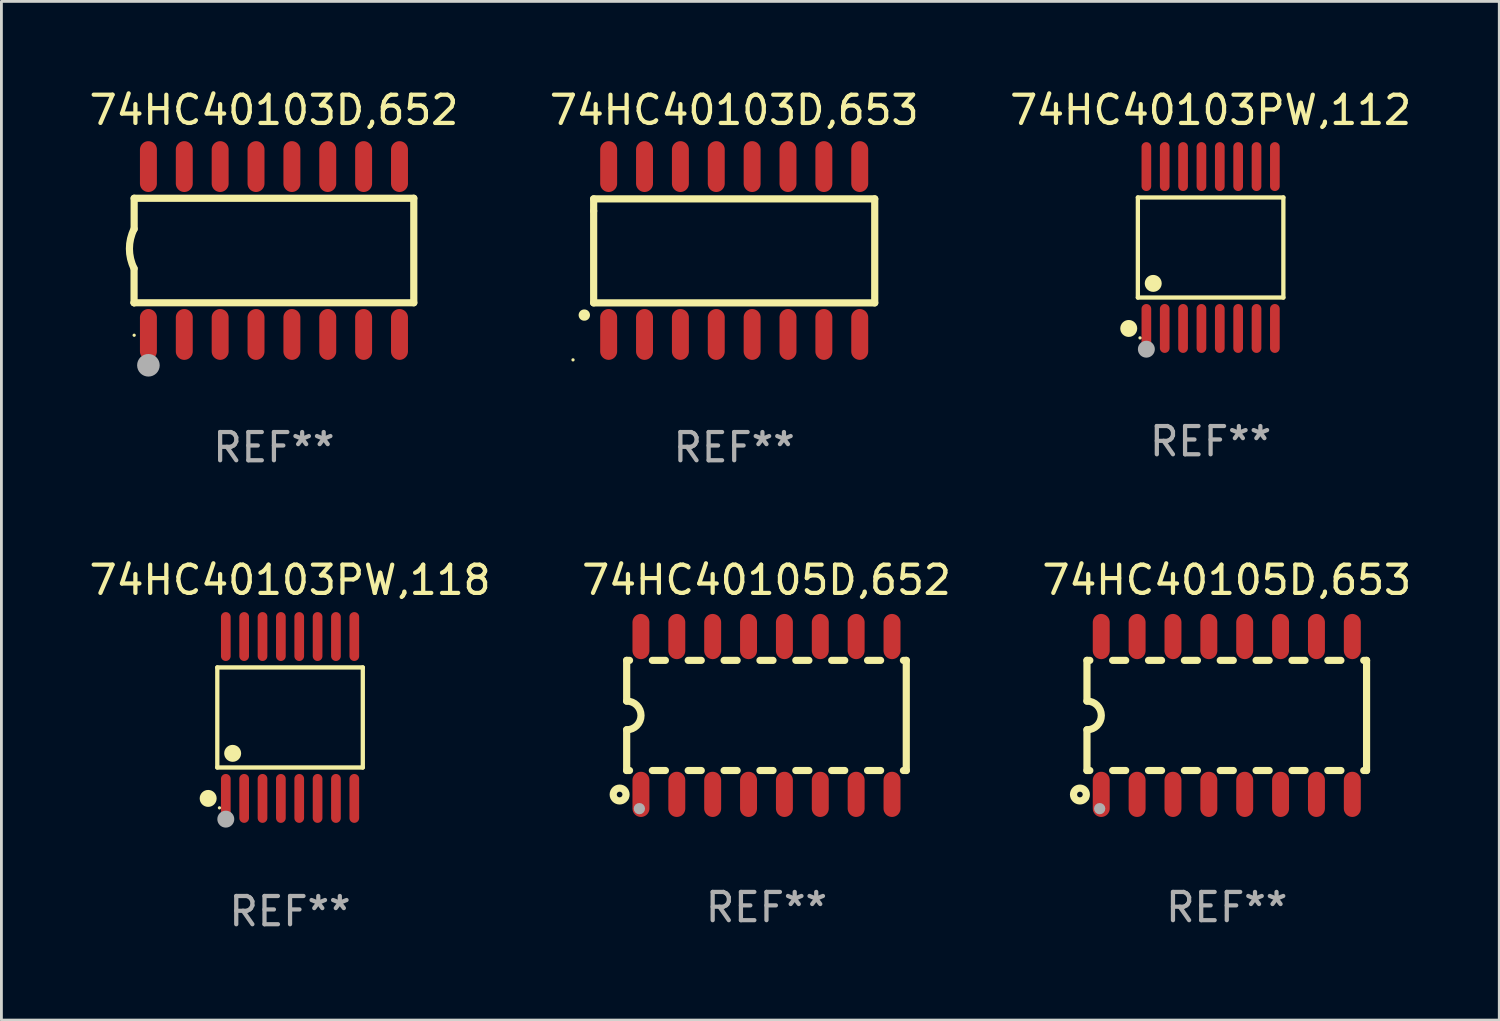
<source format=kicad_pcb>
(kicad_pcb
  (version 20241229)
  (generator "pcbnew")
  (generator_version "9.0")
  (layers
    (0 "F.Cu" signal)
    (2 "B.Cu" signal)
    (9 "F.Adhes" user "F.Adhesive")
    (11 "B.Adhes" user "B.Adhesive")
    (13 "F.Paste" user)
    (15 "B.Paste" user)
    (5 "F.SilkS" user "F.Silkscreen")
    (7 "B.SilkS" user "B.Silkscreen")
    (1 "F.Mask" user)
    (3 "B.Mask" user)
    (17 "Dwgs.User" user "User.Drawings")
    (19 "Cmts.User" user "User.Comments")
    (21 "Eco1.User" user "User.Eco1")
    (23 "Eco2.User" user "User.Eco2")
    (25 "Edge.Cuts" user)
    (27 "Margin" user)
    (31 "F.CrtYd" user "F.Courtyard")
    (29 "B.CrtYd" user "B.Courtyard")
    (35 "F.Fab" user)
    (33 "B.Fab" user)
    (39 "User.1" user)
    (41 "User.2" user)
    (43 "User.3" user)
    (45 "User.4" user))
  (footprint "74HC40103PW,112"
    (layer "F.Cu")
    (at 39.815 5.714)
    (property "Reference" "74HC40103PW,112" (at 0 -4.866 0) (layer "F.SilkS") (effects (font (size 1 1) (thickness 0.15))))
    (attr through_hole)
    (fp_line (start -2.576 -1.772) (end 2.576 -1.772) (stroke (width 0.152) (type solid)) (layer "F.SilkS"))
    (fp_line (start -2.576 1.771) (end -2.576 -1.772) (stroke (width 0.152) (type solid)) (layer "F.SilkS"))
    (fp_line (start 2.576 -1.772) (end 2.576 1.771) (stroke (width 0.152) (type solid)) (layer "F.SilkS"))
    (fp_line (start 2.576 1.771) (end -2.576 1.771) (stroke (width 0.152) (type solid)) (layer "F.SilkS"))
    (fp_circle (center -2.899 2.866) (end -2.749 2.866) (stroke (width 0.3) (type solid)) (fill no) (layer "F.SilkS"))
    (fp_circle (center -2.5 3.2) (end -2.47 3.2) (stroke (width 0.06) (type solid)) (fill no) (layer "F.SilkS"))
    (fp_circle (center -2.032 1.27) (end -1.882 1.27) (stroke (width 0.3) (type solid)) (fill no) (layer "F.SilkS"))
    (fp_circle (center -2.275 3.6) (end -2.125 3.6) (stroke (width 0.3) (type solid)) (fill no) (layer "F.Fab"))
    (fp_text user "REF**" (at 0 6.866 0) (layer "F.Fab") (effects (font (size 1 1) (thickness 0.15))))
    (pad "1" smd oval (at -2.275 2.866) (size 0.343 1.731) (layers "F.Cu" "F.Mask" "F.Paste"))
    (pad "2" smd oval (at -1.625 2.866) (size 0.343 1.731) (layers "F.Cu" "F.Mask" "F.Paste"))
    (pad "3" smd oval (at -0.975 2.866) (size 0.343 1.731) (layers "F.Cu" "F.Mask" "F.Paste"))
    (pad "4" smd oval (at -0.325 2.866) (size 0.343 1.731) (layers "F.Cu" "F.Mask" "F.Paste"))
    (pad "5" smd oval (at 0.325 2.866) (size 0.343 1.731) (layers "F.Cu" "F.Mask" "F.Paste"))
    (pad "6" smd oval (at 0.975 2.866) (size 0.343 1.731) (layers "F.Cu" "F.Mask" "F.Paste"))
    (pad "7" smd oval (at 1.625 2.866) (size 0.343 1.731) (layers "F.Cu" "F.Mask" "F.Paste"))
    (pad "8" smd oval (at 2.275 2.866) (size 0.343 1.731) (layers "F.Cu" "F.Mask" "F.Paste"))
    (pad "9" smd oval (at 2.275 -2.866) (size 0.343 1.731) (layers "F.Cu" "F.Mask" "F.Paste"))
    (pad "10" smd oval (at 1.625 -2.866) (size 0.343 1.731) (layers "F.Cu" "F.Mask" "F.Paste"))
    (pad "11" smd oval (at 0.975 -2.866) (size 0.343 1.731) (layers "F.Cu" "F.Mask" "F.Paste"))
    (pad "12" smd oval (at 0.325 -2.866) (size 0.343 1.731) (layers "F.Cu" "F.Mask" "F.Paste"))
    (pad "13" smd oval (at -0.325 -2.866) (size 0.343 1.731) (layers "F.Cu" "F.Mask" "F.Paste"))
    (pad "14" smd oval (at -0.975 -2.866) (size 0.343 1.731) (layers "F.Cu" "F.Mask" "F.Paste"))
    (pad "15" smd oval (at -1.625 -2.866) (size 0.343 1.731) (layers "F.Cu" "F.Mask" "F.Paste"))
    (pad "16" smd oval (at -2.275 -2.866) (size 0.343 1.731) (layers "F.Cu" "F.Mask" "F.Paste")))
  (footprint "74HC40103D,652"
    (layer "F.Cu")
    (at 6.649 5.82)
    (property "Reference" "74HC40103D,652" (at 0 -4.972 0) (layer "F.SilkS") (effects (font (size 1 1) (thickness 0.15))))
    (attr through_hole)
    (fp_line (start -4.952 0.635) (end -4.952 1.85) (stroke (width 0.254) (type solid)) (layer "F.SilkS"))
    (fp_line (start -4.952 1.85) (end -4.949 1.85) (stroke (width 0.254) (type solid)) (layer "F.SilkS"))
    (fp_line (start -4.949 -1.85) (end -4.949 -0.762) (stroke (width 0.254) (type solid)) (layer "F.SilkS"))
    (fp_line (start -4.949 1.85) (end 4.952 1.85) (stroke (width 0.254) (type solid)) (layer "F.SilkS"))
    (fp_line (start 4.952 -1.85) (end -4.949 -1.85) (stroke (width 0.254) (type solid)) (layer "F.SilkS"))
    (fp_line (start 4.952 1.85) (end 4.952 -1.85) (stroke (width 0.254) (type solid)) (layer "F.SilkS"))
    (fp_arc (start -4.951524 0.635001) (mid -5.116418 -0.0635) (end -4.951524 -0.762002) (stroke (width 0.254001) (type solid)) (layer "F.SilkS"))
    (fp_circle (center -4.949 3) (end -4.919 3) (stroke (width 0.06) (type solid)) (fill no) (layer "F.SilkS"))
    (fp_circle (center -4.444 4.064) (end -4.244 4.064) (stroke (width 0.4) (type solid)) (fill no) (layer "F.Fab"))
    (fp_text user "REF**" (at 0 6.972 0) (layer "F.Fab") (effects (font (size 1 1) (thickness 0.15))))
    (pad "1" smd oval (at -4.444 2.972 180) (size 0.6 1.8) (layers "F.Cu" "F.Mask" "F.Paste"))
    (pad "2" smd oval (at -3.174 2.972 180) (size 0.6 1.8) (layers "F.Cu" "F.Mask" "F.Paste"))
    (pad "3" smd oval (at -1.904 2.972 180) (size 0.6 1.8) (layers "F.Cu" "F.Mask" "F.Paste"))
    (pad "4" smd oval (at -0.634 2.972 180) (size 0.6 1.8) (layers "F.Cu" "F.Mask" "F.Paste"))
    (pad "5" smd oval (at 0.636 2.972 180) (size 0.6 1.8) (layers "F.Cu" "F.Mask" "F.Paste"))
    (pad "6" smd oval (at 1.906 2.972 180) (size 0.6 1.8) (layers "F.Cu" "F.Mask" "F.Paste"))
    (pad "7" smd oval (at 3.176 2.972 180) (size 0.6 1.8) (layers "F.Cu" "F.Mask" "F.Paste"))
    (pad "8" smd oval (at 4.446 2.972 180) (size 0.6 1.8) (layers "F.Cu" "F.Mask" "F.Paste"))
    (pad "9" smd oval (at 4.446 -2.972 180) (size 0.6 1.8) (layers "F.Cu" "F.Mask" "F.Paste"))
    (pad "10" smd oval (at 3.176 -2.972 180) (size 0.6 1.8) (layers "F.Cu" "F.Mask" "F.Paste"))
    (pad "11" smd oval (at 1.906 -2.972 180) (size 0.6 1.8) (layers "F.Cu" "F.Mask" "F.Paste"))
    (pad "12" smd oval (at 0.636 -2.972 180) (size 0.6 1.8) (layers "F.Cu" "F.Mask" "F.Paste"))
    (pad "13" smd oval (at -0.634 -2.972 180) (size 0.6 1.8) (layers "F.Cu" "F.Mask" "F.Paste"))
    (pad "14" smd oval (at -1.904 -2.972 180) (size 0.6 1.8) (layers "F.Cu" "F.Mask" "F.Paste"))
    (pad "15" smd oval (at -3.174 -2.972 180) (size 0.6 1.8) (layers "F.Cu" "F.Mask" "F.Paste"))
    (pad "16" smd oval (at -4.444 -2.972 180) (size 0.6 1.8) (layers "F.Cu" "F.Mask" "F.Paste")))
  (footprint "74HC40105D,652"
    (layer "F.Cu")
    (at 24.089 22.282)
    (property "Reference" "74HC40105D,652" (at 0 -4.794 0) (layer "F.SilkS") (effects (font (size 1 1) (thickness 0.15))))
    (attr through_hole)
    (fp_line (start -4.95 -1.95) (end -4.95 -0.508) (stroke (width 0.254) (type solid)) (layer "F.SilkS"))
    (fp_line (start -4.95 -1.95) (end -4.849 -1.95) (stroke (width 0.254) (type solid)) (layer "F.SilkS"))
    (fp_line (start -4.95 1.95) (end -4.95 0.508) (stroke (width 0.254) (type solid)) (layer "F.SilkS"))
    (fp_line (start -4.95 1.95) (end -4.849 1.95) (stroke (width 0.254) (type solid)) (layer "F.SilkS"))
    (fp_line (start -4.041 -1.95) (end -3.579 -1.95) (stroke (width 0.254) (type solid)) (layer "F.SilkS"))
    (fp_line (start -4.041 1.95) (end -3.579 1.95) (stroke (width 0.254) (type solid)) (layer "F.SilkS"))
    (fp_line (start -2.771 -1.95) (end -2.309 -1.95) (stroke (width 0.254) (type solid)) (layer "F.SilkS"))
    (fp_line (start -2.771 1.95) (end -2.309 1.95) (stroke (width 0.254) (type solid)) (layer "F.SilkS"))
    (fp_line (start -1.501 -1.95) (end -1.039 -1.95) (stroke (width 0.254) (type solid)) (layer "F.SilkS"))
    (fp_line (start -1.501 1.95) (end -1.039 1.95) (stroke (width 0.254) (type solid)) (layer "F.SilkS"))
    (fp_line (start -0.231 -1.95) (end 0.231 -1.95) (stroke (width 0.254) (type solid)) (layer "F.SilkS"))
    (fp_line (start -0.231 1.95) (end 0.231 1.95) (stroke (width 0.254) (type solid)) (layer "F.SilkS"))
    (fp_line (start 1.039 -1.95) (end 1.501 -1.95) (stroke (width 0.254) (type solid)) (layer "F.SilkS"))
    (fp_line (start 1.039 1.95) (end 1.501 1.95) (stroke (width 0.254) (type solid)) (layer "F.SilkS"))
    (fp_line (start 2.309 -1.95) (end 2.771 -1.95) (stroke (width 0.254) (type solid)) (layer "F.SilkS"))
    (fp_line (start 2.309 1.95) (end 2.771 1.95) (stroke (width 0.254) (type solid)) (layer "F.SilkS"))
    (fp_line (start 3.579 -1.95) (end 4.041 -1.95) (stroke (width 0.254) (type solid)) (layer "F.SilkS"))
    (fp_line (start 3.579 1.95) (end 4.041 1.95) (stroke (width 0.254) (type solid)) (layer "F.SilkS"))
    (fp_line (start 4.849 -1.95) (end 4.95 -1.95) (stroke (width 0.254) (type solid)) (layer "F.SilkS"))
    (fp_line (start 4.849 1.95) (end 4.95 1.95) (stroke (width 0.254) (type solid)) (layer "F.SilkS"))
    (fp_line (start 4.95 -1.95) (end 4.95 1.95) (stroke (width 0.254) (type solid)) (layer "F.SilkS"))
    (fp_arc (start -4.95047 -0.508001) (mid -4.442469 -0.000228) (end -4.950013 0.508001) (stroke (width 0.254001) (type solid)) (layer "F.SilkS"))
    (fp_circle (center -5.2 2.8) (end -5.1 2.8) (stroke (width 0.254) (type solid)) (fill no) (layer "F.SilkS"))
    (fp_circle (center -4.95 2.947) (end -4.92 2.947) (stroke (width 0.06) (type solid)) (fill no) (layer "F.SilkS"))
    (fp_circle (center -4.5 3.3) (end -4.4 3.3) (stroke (width 0.2) (type solid)) (fill no) (layer "F.Fab"))
    (fp_text user "REF**" (at 0 6.794 0) (layer "F.Fab") (effects (font (size 1 1) (thickness 0.15))))
    (pad "1" smd oval (at -4.445 2.794) (size 0.6 1.6) (layers "F.Cu" "F.Mask" "F.Paste"))
    (pad "2" smd oval (at -3.175 2.794) (size 0.6 1.6) (layers "F.Cu" "F.Mask" "F.Paste"))
    (pad "3" smd oval (at -1.905 2.794) (size 0.6 1.6) (layers "F.Cu" "F.Mask" "F.Paste"))
    (pad "4" smd oval (at -0.635 2.794) (size 0.6 1.6) (layers "F.Cu" "F.Mask" "F.Paste"))
    (pad "5" smd oval (at 0.635 2.794) (size 0.6 1.6) (layers "F.Cu" "F.Mask" "F.Paste"))
    (pad "6" smd oval (at 1.905 2.794) (size 0.6 1.6) (layers "F.Cu" "F.Mask" "F.Paste"))
    (pad "7" smd oval (at 3.175 2.794) (size 0.6 1.6) (layers "F.Cu" "F.Mask" "F.Paste"))
    (pad "8" smd oval (at 4.445 2.794) (size 0.6 1.6) (layers "F.Cu" "F.Mask" "F.Paste"))
    (pad "9" smd oval (at 4.445 -2.794) (size 0.6 1.6) (layers "F.Cu" "F.Mask" "F.Paste"))
    (pad "10" smd oval (at 3.175 -2.794) (size 0.6 1.6) (layers "F.Cu" "F.Mask" "F.Paste"))
    (pad "11" smd oval (at 1.905 -2.794) (size 0.6 1.6) (layers "F.Cu" "F.Mask" "F.Paste"))
    (pad "12" smd oval (at 0.635 -2.794) (size 0.6 1.6) (layers "F.Cu" "F.Mask" "F.Paste"))
    (pad "13" smd oval (at -0.635 -2.794) (size 0.6 1.6) (layers "F.Cu" "F.Mask" "F.Paste"))
    (pad "14" smd oval (at -1.905 -2.794) (size 0.6 1.6) (layers "F.Cu" "F.Mask" "F.Paste"))
    (pad "15" smd oval (at -3.175 -2.794) (size 0.6 1.6) (layers "F.Cu" "F.Mask" "F.Paste"))
    (pad "16" smd oval (at -4.445 -2.794) (size 0.6 1.6) (layers "F.Cu" "F.Mask" "F.Paste")))
  (footprint "74HC40103PW,118"
    (layer "F.Cu")
    (at 7.22 22.354)
    (property "Reference" "74HC40103PW,118" (at 0 -4.866 0) (layer "F.SilkS") (effects (font (size 1 1) (thickness 0.15))))
    (attr through_hole)
    (fp_line (start -2.576 -1.772) (end 2.576 -1.772) (stroke (width 0.152) (type solid)) (layer "F.SilkS"))
    (fp_line (start -2.576 1.771) (end -2.576 -1.772) (stroke (width 0.152) (type solid)) (layer "F.SilkS"))
    (fp_line (start 2.576 -1.772) (end 2.576 1.771) (stroke (width 0.152) (type solid)) (layer "F.SilkS"))
    (fp_line (start 2.576 1.771) (end -2.576 1.771) (stroke (width 0.152) (type solid)) (layer "F.SilkS"))
    (fp_circle (center -2.899 2.866) (end -2.749 2.866) (stroke (width 0.3) (type solid)) (fill no) (layer "F.SilkS"))
    (fp_circle (center -2.5 3.2) (end -2.47 3.2) (stroke (width 0.06) (type solid)) (fill no) (layer "F.SilkS"))
    (fp_circle (center -2.032 1.27) (end -1.882 1.27) (stroke (width 0.3) (type solid)) (fill no) (layer "F.SilkS"))
    (fp_circle (center -2.275 3.6) (end -2.125 3.6) (stroke (width 0.3) (type solid)) (fill no) (layer "F.Fab"))
    (fp_text user "REF**" (at 0 6.866 0) (layer "F.Fab") (effects (font (size 1 1) (thickness 0.15))))
    (pad "1" smd oval (at -2.275 2.866) (size 0.343 1.731) (layers "F.Cu" "F.Mask" "F.Paste"))
    (pad "2" smd oval (at -1.625 2.866) (size 0.343 1.731) (layers "F.Cu" "F.Mask" "F.Paste"))
    (pad "3" smd oval (at -0.975 2.866) (size 0.343 1.731) (layers "F.Cu" "F.Mask" "F.Paste"))
    (pad "4" smd oval (at -0.325 2.866) (size 0.343 1.731) (layers "F.Cu" "F.Mask" "F.Paste"))
    (pad "5" smd oval (at 0.325 2.866) (size 0.343 1.731) (layers "F.Cu" "F.Mask" "F.Paste"))
    (pad "6" smd oval (at 0.975 2.866) (size 0.343 1.731) (layers "F.Cu" "F.Mask" "F.Paste"))
    (pad "7" smd oval (at 1.625 2.866) (size 0.343 1.731) (layers "F.Cu" "F.Mask" "F.Paste"))
    (pad "8" smd oval (at 2.275 2.866) (size 0.343 1.731) (layers "F.Cu" "F.Mask" "F.Paste"))
    (pad "9" smd oval (at 2.275 -2.866) (size 0.343 1.731) (layers "F.Cu" "F.Mask" "F.Paste"))
    (pad "10" smd oval (at 1.625 -2.866) (size 0.343 1.731) (layers "F.Cu" "F.Mask" "F.Paste"))
    (pad "11" smd oval (at 0.975 -2.866) (size 0.343 1.731) (layers "F.Cu" "F.Mask" "F.Paste"))
    (pad "12" smd oval (at 0.325 -2.866) (size 0.343 1.731) (layers "F.Cu" "F.Mask" "F.Paste"))
    (pad "13" smd oval (at -0.325 -2.866) (size 0.343 1.731) (layers "F.Cu" "F.Mask" "F.Paste"))
    (pad "14" smd oval (at -0.975 -2.866) (size 0.343 1.731) (layers "F.Cu" "F.Mask" "F.Paste"))
    (pad "15" smd oval (at -1.625 -2.866) (size 0.343 1.731) (layers "F.Cu" "F.Mask" "F.Paste"))
    (pad "16" smd oval (at -2.275 -2.866) (size 0.343 1.731) (layers "F.Cu" "F.Mask" "F.Paste")))
  (footprint "74HC40103D,653"
    (layer "F.Cu")
    (at 22.946 5.82)
    (property "Reference" "74HC40103D,653" (at 0 -4.972 0) (layer "F.SilkS") (effects (font (size 1 1) (thickness 0.15))))
    (attr through_hole)
    (fp_line (start -4.976 -1.829) (end -4.976 -1.4) (stroke (width 0.254) (type solid)) (layer "F.SilkS"))
    (fp_line (start -4.976 -1.4) (end -4.976 1.854) (stroke (width 0.254) (type solid)) (layer "F.SilkS"))
    (fp_line (start -4.976 1.854) (end 4.976 1.854) (stroke (width 0.254) (type solid)) (layer "F.SilkS"))
    (fp_line (start 4.976 -1.829) (end -4.976 -1.829) (stroke (width 0.254) (type solid)) (layer "F.SilkS"))
    (fp_line (start 4.976 1.854) (end 4.976 -1.829) (stroke (width 0.254) (type solid)) (layer "F.SilkS"))
    (fp_arc (start -5.308611 2.286005) (mid -5.307341 2.286001) (end -5.306071 2.286005) (stroke (width 0.4) (type solid)) (layer "F.SilkS"))
    (fp_circle (center -5.707 3.872) (end -5.677 3.872) (stroke (width 0.06) (type solid)) (fill no) (layer "F.SilkS"))
    (fp_text user "REF**" (at 0 6.972 0) (layer "F.Fab") (effects (font (size 1 1) (thickness 0.15))))
    (pad "1" smd oval (at -4.445 2.972 180) (size 0.6 1.8) (layers "F.Cu" "F.Mask" "F.Paste"))
    (pad "2" smd oval (at -3.175 2.972 180) (size 0.6 1.8) (layers "F.Cu" "F.Mask" "F.Paste"))
    (pad "3" smd oval (at -1.905 2.972 180) (size 0.6 1.8) (layers "F.Cu" "F.Mask" "F.Paste"))
    (pad "4" smd oval (at -0.635 2.972 180) (size 0.6 1.8) (layers "F.Cu" "F.Mask" "F.Paste"))
    (pad "5" smd oval (at 0.635 2.972 180) (size 0.6 1.8) (layers "F.Cu" "F.Mask" "F.Paste"))
    (pad "6" smd oval (at 1.905 2.972 180) (size 0.6 1.8) (layers "F.Cu" "F.Mask" "F.Paste"))
    (pad "7" smd oval (at 3.175 2.972 180) (size 0.6 1.8) (layers "F.Cu" "F.Mask" "F.Paste"))
    (pad "8" smd oval (at 4.445 2.972 180) (size 0.6 1.8) (layers "F.Cu" "F.Mask" "F.Paste"))
    (pad "9" smd oval (at 4.445 -2.972 180) (size 0.6 1.8) (layers "F.Cu" "F.Mask" "F.Paste"))
    (pad "10" smd oval (at 3.175 -2.972 180) (size 0.6 1.8) (layers "F.Cu" "F.Mask" "F.Paste"))
    (pad "11" smd oval (at 1.905 -2.972 180) (size 0.6 1.8) (layers "F.Cu" "F.Mask" "F.Paste"))
    (pad "12" smd oval (at 0.635 -2.972 180) (size 0.6 1.8) (layers "F.Cu" "F.Mask" "F.Paste"))
    (pad "13" smd oval (at -0.635 -2.972 180) (size 0.6 1.8) (layers "F.Cu" "F.Mask" "F.Paste"))
    (pad "14" smd oval (at -1.905 -2.972 180) (size 0.6 1.8) (layers "F.Cu" "F.Mask" "F.Paste"))
    (pad "15" smd oval (at -3.175 -2.972 180) (size 0.6 1.8) (layers "F.Cu" "F.Mask" "F.Paste"))
    (pad "16" smd oval (at -4.445 -2.972 180) (size 0.6 1.8) (layers "F.Cu" "F.Mask" "F.Paste")))
  (footprint "74HC40105D,653"
    (layer "F.Cu")
    (at 40.387 22.282)
    (property "Reference" "74HC40105D,653" (at 0 -4.794 0) (layer "F.SilkS") (effects (font (size 1 1) (thickness 0.15))))
    (attr through_hole)
    (fp_line (start -4.95 -1.95) (end -4.95 -0.508) (stroke (width 0.254) (type solid)) (layer "F.SilkS"))
    (fp_line (start -4.95 -1.95) (end -4.849 -1.95) (stroke (width 0.254) (type solid)) (layer "F.SilkS"))
    (fp_line (start -4.95 1.95) (end -4.95 0.508) (stroke (width 0.254) (type solid)) (layer "F.SilkS"))
    (fp_line (start -4.95 1.95) (end -4.849 1.95) (stroke (width 0.254) (type solid)) (layer "F.SilkS"))
    (fp_line (start -4.041 -1.95) (end -3.579 -1.95) (stroke (width 0.254) (type solid)) (layer "F.SilkS"))
    (fp_line (start -4.041 1.95) (end -3.579 1.95) (stroke (width 0.254) (type solid)) (layer "F.SilkS"))
    (fp_line (start -2.771 -1.95) (end -2.309 -1.95) (stroke (width 0.254) (type solid)) (layer "F.SilkS"))
    (fp_line (start -2.771 1.95) (end -2.309 1.95) (stroke (width 0.254) (type solid)) (layer "F.SilkS"))
    (fp_line (start -1.501 -1.95) (end -1.039 -1.95) (stroke (width 0.254) (type solid)) (layer "F.SilkS"))
    (fp_line (start -1.501 1.95) (end -1.039 1.95) (stroke (width 0.254) (type solid)) (layer "F.SilkS"))
    (fp_line (start -0.231 -1.95) (end 0.231 -1.95) (stroke (width 0.254) (type solid)) (layer "F.SilkS"))
    (fp_line (start -0.231 1.95) (end 0.231 1.95) (stroke (width 0.254) (type solid)) (layer "F.SilkS"))
    (fp_line (start 1.039 -1.95) (end 1.501 -1.95) (stroke (width 0.254) (type solid)) (layer "F.SilkS"))
    (fp_line (start 1.039 1.95) (end 1.501 1.95) (stroke (width 0.254) (type solid)) (layer "F.SilkS"))
    (fp_line (start 2.309 -1.95) (end 2.771 -1.95) (stroke (width 0.254) (type solid)) (layer "F.SilkS"))
    (fp_line (start 2.309 1.95) (end 2.771 1.95) (stroke (width 0.254) (type solid)) (layer "F.SilkS"))
    (fp_line (start 3.579 -1.95) (end 4.041 -1.95) (stroke (width 0.254) (type solid)) (layer "F.SilkS"))
    (fp_line (start 3.579 1.95) (end 4.041 1.95) (stroke (width 0.254) (type solid)) (layer "F.SilkS"))
    (fp_line (start 4.849 -1.95) (end 4.95 -1.95) (stroke (width 0.254) (type solid)) (layer "F.SilkS"))
    (fp_line (start 4.849 1.95) (end 4.95 1.95) (stroke (width 0.254) (type solid)) (layer "F.SilkS"))
    (fp_line (start 4.95 -1.95) (end 4.95 1.95) (stroke (width 0.254) (type solid)) (layer "F.SilkS"))
    (fp_arc (start -4.95047 -0.508001) (mid -4.442469 -0.000228) (end -4.950013 0.508001) (stroke (width 0.254001) (type solid)) (layer "F.SilkS"))
    (fp_circle (center -5.2 2.8) (end -5.1 2.8) (stroke (width 0.254) (type solid)) (fill no) (layer "F.SilkS"))
    (fp_circle (center -4.95 2.947) (end -4.92 2.947) (stroke (width 0.06) (type solid)) (fill no) (layer "F.SilkS"))
    (fp_circle (center -4.5 3.3) (end -4.4 3.3) (stroke (width 0.2) (type solid)) (fill no) (layer "F.Fab"))
    (fp_text user "REF**" (at 0 6.794 0) (layer "F.Fab") (effects (font (size 1 1) (thickness 0.15))))
    (pad "1" smd oval (at -4.445 2.794) (size 0.6 1.6) (layers "F.Cu" "F.Mask" "F.Paste"))
    (pad "2" smd oval (at -3.175 2.794) (size 0.6 1.6) (layers "F.Cu" "F.Mask" "F.Paste"))
    (pad "3" smd oval (at -1.905 2.794) (size 0.6 1.6) (layers "F.Cu" "F.Mask" "F.Paste"))
    (pad "4" smd oval (at -0.635 2.794) (size 0.6 1.6) (layers "F.Cu" "F.Mask" "F.Paste"))
    (pad "5" smd oval (at 0.635 2.794) (size 0.6 1.6) (layers "F.Cu" "F.Mask" "F.Paste"))
    (pad "6" smd oval (at 1.905 2.794) (size 0.6 1.6) (layers "F.Cu" "F.Mask" "F.Paste"))
    (pad "7" smd oval (at 3.175 2.794) (size 0.6 1.6) (layers "F.Cu" "F.Mask" "F.Paste"))
    (pad "8" smd oval (at 4.445 2.794) (size 0.6 1.6) (layers "F.Cu" "F.Mask" "F.Paste"))
    (pad "9" smd oval (at 4.445 -2.794) (size 0.6 1.6) (layers "F.Cu" "F.Mask" "F.Paste"))
    (pad "10" smd oval (at 3.175 -2.794) (size 0.6 1.6) (layers "F.Cu" "F.Mask" "F.Paste"))
    (pad "11" smd oval (at 1.905 -2.794) (size 0.6 1.6) (layers "F.Cu" "F.Mask" "F.Paste"))
    (pad "12" smd oval (at 0.635 -2.794) (size 0.6 1.6) (layers "F.Cu" "F.Mask" "F.Paste"))
    (pad "13" smd oval (at -0.635 -2.794) (size 0.6 1.6) (layers "F.Cu" "F.Mask" "F.Paste"))
    (pad "14" smd oval (at -1.905 -2.794) (size 0.6 1.6) (layers "F.Cu" "F.Mask" "F.Paste"))
    (pad "15" smd oval (at -3.175 -2.794) (size 0.6 1.6) (layers "F.Cu" "F.Mask" "F.Paste"))
    (pad "16" smd oval (at -4.445 -2.794) (size 0.6 1.6) (layers "F.Cu" "F.Mask" "F.Paste")))
  (gr_rect
    (start -3 -3)
    (end 50.036 33.068)
    (stroke (width 0.1) (type default))
    (fill no)
    (layer "Edge.Cuts")))
</source>
